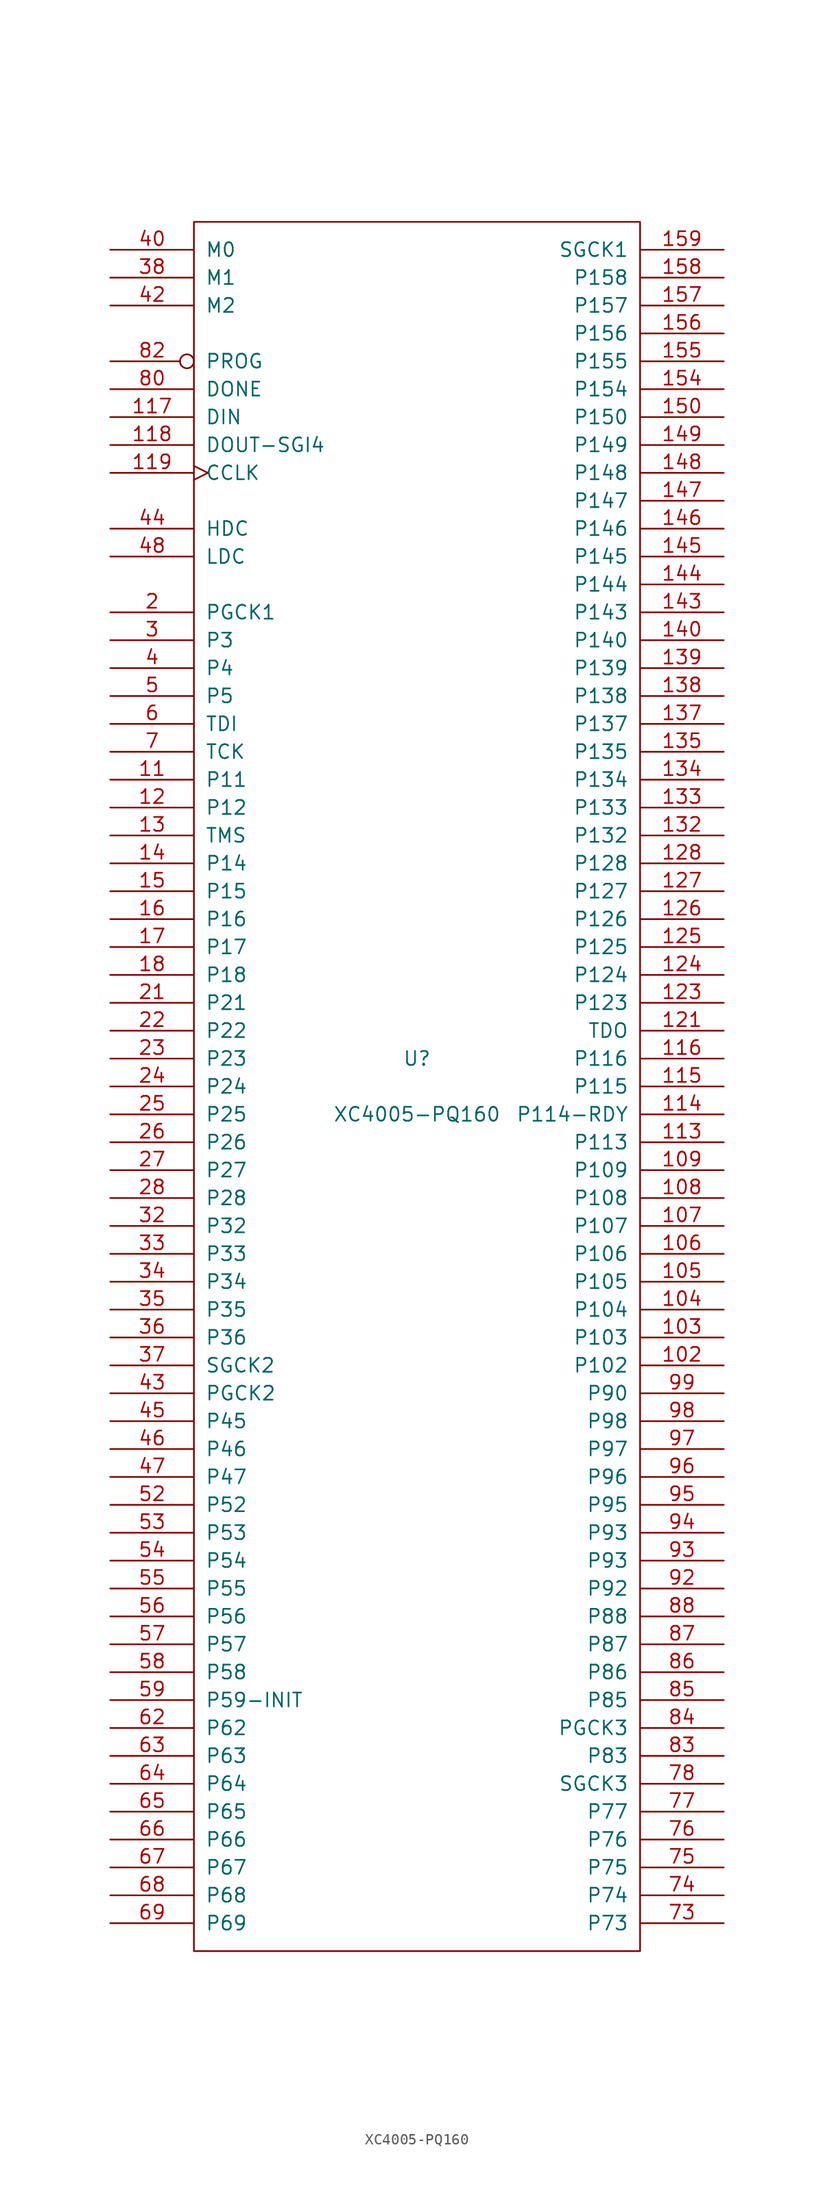
<source format=kicad_sym>
(kicad_symbol_lib
  (version 20201005)
  (generator kicad_symbol_editor)
  (symbol "XC4005-PQ160"
    (pin_names
      (offset 1.016))
    (property "Reference" "U"
      (at 0 2.54 0)
      (effects (font (size 1.27 1.27))))
    (property "Value" "XC4005-PQ160"
      (at 0 -2.54 0)
      (effects (font (size 1.27 1.27))))
    (symbol "XC4005-PQ160_0_1"
      (rectangle (start -20.32 -78.74) (end 20.32 78.74) (stroke (width 0)) (fill (type none))))
    (symbol "XC4005-PQ160_1_1"
      (pin power_in line (at -20.32 -78.74 90) (length 0) hide (name "GND" (effects (font (size 1.27 1.27)))) (number "1" (effects (font (size 1.27 1.27)))))
      (pin power_in line (at -17.78 -78.74 90) (length 0) hide (name "GND" (effects (font (size 1.27 1.27)))) (number "10" (effects (font (size 1.27 1.27)))))
      (pin power_in line (at 0 78.74 270) (length 0) hide (name "VCC" (effects (font (size 1.27 1.27)))) (number "100" (effects (font (size 1.27 1.27)))))
      (pin power_in line (at 5.08 -78.74 90) (length 0) hide (name "GND" (effects (font (size 1.27 1.27)))) (number "101" (effects (font (size 1.27 1.27)))))
      (pin passive line (at 27.94 -25.4 180) (length 7.62) (name "P102" (effects (font (size 1.27 1.27)))) (number "102" (effects (font (size 1.27 1.27)))))
      (pin passive line (at 27.94 -22.86 180) (length 7.62) (name "P103" (effects (font (size 1.27 1.27)))) (number "103" (effects (font (size 1.27 1.27)))))
      (pin passive line (at 27.94 -20.32 180) (length 7.62) (name "P104" (effects (font (size 1.27 1.27)))) (number "104" (effects (font (size 1.27 1.27)))))
      (pin passive line (at 27.94 -17.78 180) (length 7.62) (name "P105" (effects (font (size 1.27 1.27)))) (number "105" (effects (font (size 1.27 1.27)))))
      (pin passive line (at 27.94 -15.24 180) (length 7.62) (name "P106" (effects (font (size 1.27 1.27)))) (number "106" (effects (font (size 1.27 1.27)))))
      (pin passive line (at 27.94 -12.7 180) (length 7.62) (name "P107" (effects (font (size 1.27 1.27)))) (number "107" (effects (font (size 1.27 1.27)))))
      (pin passive line (at 27.94 -10.16 180) (length 7.62) (name "P108" (effects (font (size 1.27 1.27)))) (number "108" (effects (font (size 1.27 1.27)))))
      (pin passive line (at 27.94 -7.62 180) (length 7.62) (name "P109" (effects (font (size 1.27 1.27)))) (number "109" (effects (font (size 1.27 1.27)))))
      (pin passive line (at -27.94 27.94 0) (length 7.62) (name "P11" (effects (font (size 1.27 1.27)))) (number "11" (effects (font (size 1.27 1.27)))))
      (pin power_in line (at 7.62 -78.74 90) (length 0) hide (name "GND" (effects (font (size 1.27 1.27)))) (number "110" (effects (font (size 1.27 1.27)))))
      (pin passive line (at 27.94 -5.08 180) (length 7.62) (name "P113" (effects (font (size 1.27 1.27)))) (number "113" (effects (font (size 1.27 1.27)))))
      (pin passive line (at 27.94 -2.54 180) (length 7.62) (name "P114-RDY" (effects (font (size 1.27 1.27)))) (number "114" (effects (font (size 1.27 1.27)))))
      (pin passive line (at 27.94 0 180) (length 7.62) (name "P115" (effects (font (size 1.27 1.27)))) (number "115" (effects (font (size 1.27 1.27)))))
      (pin passive line (at 27.94 2.54 180) (length 7.62) (name "P116" (effects (font (size 1.27 1.27)))) (number "116" (effects (font (size 1.27 1.27)))))
      (pin input line (at -27.94 60.96 0) (length 7.62) (name "DIN" (effects (font (size 1.27 1.27)))) (number "117" (effects (font (size 1.27 1.27)))))
      (pin passive line (at -27.94 58.42 0) (length 7.62) (name "DOUT-SGI4" (effects (font (size 1.27 1.27)))) (number "118" (effects (font (size 1.27 1.27)))))
      (pin passive clock (at -27.94 55.88 0) (length 7.62) (name "CCLK" (effects (font (size 1.27 1.27)))) (number "119" (effects (font (size 1.27 1.27)))))
      (pin passive line (at -27.94 25.4 0) (length 7.62) (name "P12" (effects (font (size 1.27 1.27)))) (number "12" (effects (font (size 1.27 1.27)))))
      (pin power_in line (at 2.54 78.74 270) (length 0) hide (name "VCC" (effects (font (size 1.27 1.27)))) (number "120" (effects (font (size 1.27 1.27)))))
      (pin output line (at 27.94 5.08 180) (length 7.62) (name "TDO" (effects (font (size 1.27 1.27)))) (number "121" (effects (font (size 1.27 1.27)))))
      (pin power_in line (at 10.16 -78.74 90) (length 0) hide (name "GND" (effects (font (size 1.27 1.27)))) (number "122" (effects (font (size 1.27 1.27)))))
      (pin passive line (at 27.94 7.62 180) (length 7.62) (name "P123" (effects (font (size 1.27 1.27)))) (number "123" (effects (font (size 1.27 1.27)))))
      (pin passive line (at 27.94 10.16 180) (length 7.62) (name "P124" (effects (font (size 1.27 1.27)))) (number "124" (effects (font (size 1.27 1.27)))))
      (pin passive line (at 27.94 12.7 180) (length 7.62) (name "P125" (effects (font (size 1.27 1.27)))) (number "125" (effects (font (size 1.27 1.27)))))
      (pin passive line (at 27.94 15.24 180) (length 7.62) (name "P126" (effects (font (size 1.27 1.27)))) (number "126" (effects (font (size 1.27 1.27)))))
      (pin passive line (at 27.94 17.78 180) (length 7.62) (name "P127" (effects (font (size 1.27 1.27)))) (number "127" (effects (font (size 1.27 1.27)))))
      (pin passive line (at 27.94 20.32 180) (length 7.62) (name "P128" (effects (font (size 1.27 1.27)))) (number "128" (effects (font (size 1.27 1.27)))))
      (pin passive line (at -27.94 22.86 0) (length 7.62) (name "TMS" (effects (font (size 1.27 1.27)))) (number "13" (effects (font (size 1.27 1.27)))))
      (pin power_in line (at 12.7 -78.74 90) (length 0) hide (name "GND" (effects (font (size 1.27 1.27)))) (number "131" (effects (font (size 1.27 1.27)))))
      (pin passive line (at 27.94 22.86 180) (length 7.62) (name "P132" (effects (font (size 1.27 1.27)))) (number "132" (effects (font (size 1.27 1.27)))))
      (pin passive line (at 27.94 25.4 180) (length 7.62) (name "P133" (effects (font (size 1.27 1.27)))) (number "133" (effects (font (size 1.27 1.27)))))
      (pin passive line (at 27.94 27.94 180) (length 7.62) (name "P134" (effects (font (size 1.27 1.27)))) (number "134" (effects (font (size 1.27 1.27)))))
      (pin passive line (at 27.94 30.48 180) (length 7.62) (name "P135" (effects (font (size 1.27 1.27)))) (number "135" (effects (font (size 1.27 1.27)))))
      (pin passive line (at 27.94 33.02 180) (length 7.62) (name "P137" (effects (font (size 1.27 1.27)))) (number "137" (effects (font (size 1.27 1.27)))))
      (pin passive line (at 27.94 35.56 180) (length 7.62) (name "P138" (effects (font (size 1.27 1.27)))) (number "138" (effects (font (size 1.27 1.27)))))
      (pin passive line (at 27.94 38.1 180) (length 7.62) (name "P139" (effects (font (size 1.27 1.27)))) (number "139" (effects (font (size 1.27 1.27)))))
      (pin passive line (at -27.94 20.32 0) (length 7.62) (name "P14" (effects (font (size 1.27 1.27)))) (number "14" (effects (font (size 1.27 1.27)))))
      (pin passive line (at 27.94 40.64 180) (length 7.62) (name "P140" (effects (font (size 1.27 1.27)))) (number "140" (effects (font (size 1.27 1.27)))))
      (pin power_in line (at 15.24 -78.74 90) (length 0) hide (name "GND" (effects (font (size 1.27 1.27)))) (number "141" (effects (font (size 1.27 1.27)))))
      (pin power_in line (at 5.08 78.74 270) (length 0) hide (name "VCC" (effects (font (size 1.27 1.27)))) (number "142" (effects (font (size 1.27 1.27)))))
      (pin passive line (at 27.94 43.18 180) (length 7.62) (name "P143" (effects (font (size 1.27 1.27)))) (number "143" (effects (font (size 1.27 1.27)))))
      (pin passive line (at 27.94 45.72 180) (length 7.62) (name "P144" (effects (font (size 1.27 1.27)))) (number "144" (effects (font (size 1.27 1.27)))))
      (pin passive line (at 27.94 48.26 180) (length 7.62) (name "P145" (effects (font (size 1.27 1.27)))) (number "145" (effects (font (size 1.27 1.27)))))
      (pin passive line (at 27.94 50.8 180) (length 7.62) (name "P146" (effects (font (size 1.27 1.27)))) (number "146" (effects (font (size 1.27 1.27)))))
      (pin passive line (at 27.94 53.34 180) (length 7.62) (name "P147" (effects (font (size 1.27 1.27)))) (number "147" (effects (font (size 1.27 1.27)))))
      (pin passive line (at 27.94 55.88 180) (length 7.62) (name "P148" (effects (font (size 1.27 1.27)))) (number "148" (effects (font (size 1.27 1.27)))))
      (pin passive line (at 27.94 58.42 180) (length 7.62) (name "P149" (effects (font (size 1.27 1.27)))) (number "149" (effects (font (size 1.27 1.27)))))
      (pin passive line (at -27.94 17.78 0) (length 7.62) (name "P15" (effects (font (size 1.27 1.27)))) (number "15" (effects (font (size 1.27 1.27)))))
      (pin passive line (at 27.94 60.96 180) (length 7.62) (name "P150" (effects (font (size 1.27 1.27)))) (number "150" (effects (font (size 1.27 1.27)))))
      (pin power_in line (at 17.78 -78.74 90) (length 0) hide (name "GND" (effects (font (size 1.27 1.27)))) (number "151" (effects (font (size 1.27 1.27)))))
      (pin passive line (at 27.94 63.5 180) (length 7.62) (name "P154" (effects (font (size 1.27 1.27)))) (number "154" (effects (font (size 1.27 1.27)))))
      (pin passive line (at 27.94 66.04 180) (length 7.62) (name "P155" (effects (font (size 1.27 1.27)))) (number "155" (effects (font (size 1.27 1.27)))))
      (pin passive line (at 27.94 68.58 180) (length 7.62) (name "P156" (effects (font (size 1.27 1.27)))) (number "156" (effects (font (size 1.27 1.27)))))
      (pin passive line (at 27.94 71.12 180) (length 7.62) (name "P157" (effects (font (size 1.27 1.27)))) (number "157" (effects (font (size 1.27 1.27)))))
      (pin passive line (at 27.94 73.66 180) (length 7.62) (name "P158" (effects (font (size 1.27 1.27)))) (number "158" (effects (font (size 1.27 1.27)))))
      (pin passive line (at 27.94 76.2 180) (length 7.62) (name "SGCK1" (effects (font (size 1.27 1.27)))) (number "159" (effects (font (size 1.27 1.27)))))
      (pin passive line (at -27.94 15.24 0) (length 7.62) (name "P16" (effects (font (size 1.27 1.27)))) (number "16" (effects (font (size 1.27 1.27)))))
      (pin power_in line (at 7.62 78.74 270) (length 0) hide (name "VCC" (effects (font (size 1.27 1.27)))) (number "160" (effects (font (size 1.27 1.27)))))
      (pin passive line (at -27.94 12.7 0) (length 7.62) (name "P17" (effects (font (size 1.27 1.27)))) (number "17" (effects (font (size 1.27 1.27)))))
      (pin passive line (at -27.94 10.16 0) (length 7.62) (name "P18" (effects (font (size 1.27 1.27)))) (number "18" (effects (font (size 1.27 1.27)))))
      (pin power_in line (at -15.24 -78.74 90) (length 0) hide (name "GND" (effects (font (size 1.27 1.27)))) (number "19" (effects (font (size 1.27 1.27)))))
      (pin bidirectional line (at -27.94 43.18 0) (length 7.62) (name "PGCK1" (effects (font (size 1.27 1.27)))) (number "2" (effects (font (size 1.27 1.27)))))
      (pin power_in line (at -5.08 78.74 270) (length 0) hide (name "VCC" (effects (font (size 1.27 1.27)))) (number "20" (effects (font (size 1.27 1.27)))))
      (pin passive line (at -27.94 7.62 0) (length 7.62) (name "P21" (effects (font (size 1.27 1.27)))) (number "21" (effects (font (size 1.27 1.27)))))
      (pin passive line (at -27.94 5.08 0) (length 7.62) (name "P22" (effects (font (size 1.27 1.27)))) (number "22" (effects (font (size 1.27 1.27)))))
      (pin passive line (at -27.94 2.54 0) (length 7.62) (name "P23" (effects (font (size 1.27 1.27)))) (number "23" (effects (font (size 1.27 1.27)))))
      (pin passive line (at -27.94 0 0) (length 7.62) (name "P24" (effects (font (size 1.27 1.27)))) (number "24" (effects (font (size 1.27 1.27)))))
      (pin passive line (at -27.94 -2.54 0) (length 7.62) (name "P25" (effects (font (size 1.27 1.27)))) (number "25" (effects (font (size 1.27 1.27)))))
      (pin passive line (at -27.94 -5.08 0) (length 7.62) (name "P26" (effects (font (size 1.27 1.27)))) (number "26" (effects (font (size 1.27 1.27)))))
      (pin passive line (at -27.94 -7.62 0) (length 7.62) (name "P27" (effects (font (size 1.27 1.27)))) (number "27" (effects (font (size 1.27 1.27)))))
      (pin passive line (at -27.94 -10.16 0) (length 7.62) (name "P28" (effects (font (size 1.27 1.27)))) (number "28" (effects (font (size 1.27 1.27)))))
      (pin power_in line (at -12.7 -78.74 90) (length 0) hide (name "GND" (effects (font (size 1.27 1.27)))) (number "29" (effects (font (size 1.27 1.27)))))
      (pin passive line (at -27.94 40.64 0) (length 7.62) (name "P3" (effects (font (size 1.27 1.27)))) (number "3" (effects (font (size 1.27 1.27)))))
      (pin passive line (at -27.94 -12.7 0) (length 7.62) (name "P32" (effects (font (size 1.27 1.27)))) (number "32" (effects (font (size 1.27 1.27)))))
      (pin passive line (at -27.94 -15.24 0) (length 7.62) (name "P33" (effects (font (size 1.27 1.27)))) (number "33" (effects (font (size 1.27 1.27)))))
      (pin passive line (at -27.94 -17.78 0) (length 7.62) (name "P34" (effects (font (size 1.27 1.27)))) (number "34" (effects (font (size 1.27 1.27)))))
      (pin passive line (at -27.94 -20.32 0) (length 7.62) (name "P35" (effects (font (size 1.27 1.27)))) (number "35" (effects (font (size 1.27 1.27)))))
      (pin passive line (at -27.94 -22.86 0) (length 7.62) (name "P36" (effects (font (size 1.27 1.27)))) (number "36" (effects (font (size 1.27 1.27)))))
      (pin passive line (at -27.94 -25.4 0) (length 7.62) (name "SGCK2" (effects (font (size 1.27 1.27)))) (number "37" (effects (font (size 1.27 1.27)))))
      (pin input line (at -27.94 73.66 0) (length 7.62) (name "M1" (effects (font (size 1.27 1.27)))) (number "38" (effects (font (size 1.27 1.27)))))
      (pin power_in line (at -10.16 -78.74 90) (length 0) hide (name "GND" (effects (font (size 1.27 1.27)))) (number "39" (effects (font (size 1.27 1.27)))))
      (pin passive line (at -27.94 38.1 0) (length 7.62) (name "P4" (effects (font (size 1.27 1.27)))) (number "4" (effects (font (size 1.27 1.27)))))
      (pin input line (at -27.94 76.2 0) (length 7.62) (name "M0" (effects (font (size 1.27 1.27)))) (number "40" (effects (font (size 1.27 1.27)))))
      (pin power_in line (at -10.16 78.74 270) (length 0) hide (name "VCC" (effects (font (size 1.27 1.27)))) (number "41" (effects (font (size 1.27 1.27)))))
      (pin input line (at -27.94 71.12 0) (length 7.62) (name "M2" (effects (font (size 1.27 1.27)))) (number "42" (effects (font (size 1.27 1.27)))))
      (pin passive line (at -27.94 -27.94 0) (length 7.62) (name "PGCK2" (effects (font (size 1.27 1.27)))) (number "43" (effects (font (size 1.27 1.27)))))
      (pin passive line (at -27.94 50.8 0) (length 7.62) (name "HDC" (effects (font (size 1.27 1.27)))) (number "44" (effects (font (size 1.27 1.27)))))
      (pin passive line (at -27.94 -30.48 0) (length 7.62) (name "P45" (effects (font (size 1.27 1.27)))) (number "45" (effects (font (size 1.27 1.27)))))
      (pin passive line (at -27.94 -33.02 0) (length 7.62) (name "P46" (effects (font (size 1.27 1.27)))) (number "46" (effects (font (size 1.27 1.27)))))
      (pin passive line (at -27.94 -35.56 0) (length 7.62) (name "P47" (effects (font (size 1.27 1.27)))) (number "47" (effects (font (size 1.27 1.27)))))
      (pin passive line (at -27.94 48.26 0) (length 7.62) (name "LDC" (effects (font (size 1.27 1.27)))) (number "48" (effects (font (size 1.27 1.27)))))
      (pin passive line (at -27.94 35.56 0) (length 7.62) (name "P5" (effects (font (size 1.27 1.27)))) (number "5" (effects (font (size 1.27 1.27)))))
      (pin power_in line (at -7.62 -78.74 90) (length 0) hide (name "GND" (effects (font (size 1.27 1.27)))) (number "51" (effects (font (size 1.27 1.27)))))
      (pin passive line (at -27.94 -38.1 0) (length 7.62) (name "P52" (effects (font (size 1.27 1.27)))) (number "52" (effects (font (size 1.27 1.27)))))
      (pin passive line (at -27.94 -40.64 0) (length 7.62) (name "P53" (effects (font (size 1.27 1.27)))) (number "53" (effects (font (size 1.27 1.27)))))
      (pin passive line (at -27.94 -43.18 0) (length 7.62) (name "P54" (effects (font (size 1.27 1.27)))) (number "54" (effects (font (size 1.27 1.27)))))
      (pin passive line (at -27.94 -45.72 0) (length 7.62) (name "P55" (effects (font (size 1.27 1.27)))) (number "55" (effects (font (size 1.27 1.27)))))
      (pin passive line (at -27.94 -48.26 0) (length 7.62) (name "P56" (effects (font (size 1.27 1.27)))) (number "56" (effects (font (size 1.27 1.27)))))
      (pin passive line (at -27.94 -50.8 0) (length 7.62) (name "P57" (effects (font (size 1.27 1.27)))) (number "57" (effects (font (size 1.27 1.27)))))
      (pin passive line (at -27.94 -53.34 0) (length 7.62) (name "P58" (effects (font (size 1.27 1.27)))) (number "58" (effects (font (size 1.27 1.27)))))
      (pin passive line (at -27.94 -55.88 0) (length 7.62) (name "P59-INIT" (effects (font (size 1.27 1.27)))) (number "59" (effects (font (size 1.27 1.27)))))
      (pin passive line (at -27.94 33.02 0) (length 7.62) (name "TDI" (effects (font (size 1.27 1.27)))) (number "6" (effects (font (size 1.27 1.27)))))
      (pin power_in line (at -7.62 78.74 270) (length 0) hide (name "VCC" (effects (font (size 1.27 1.27)))) (number "60" (effects (font (size 1.27 1.27)))))
      (pin power_in line (at -5.08 -78.74 90) (length 0) hide (name "GND" (effects (font (size 1.27 1.27)))) (number "61" (effects (font (size 1.27 1.27)))))
      (pin passive line (at -27.94 -58.42 0) (length 7.62) (name "P62" (effects (font (size 1.27 1.27)))) (number "62" (effects (font (size 1.27 1.27)))))
      (pin passive line (at -27.94 -60.96 0) (length 7.62) (name "P63" (effects (font (size 1.27 1.27)))) (number "63" (effects (font (size 1.27 1.27)))))
      (pin passive line (at -27.94 -63.5 0) (length 7.62) (name "P64" (effects (font (size 1.27 1.27)))) (number "64" (effects (font (size 1.27 1.27)))))
      (pin passive line (at -27.94 -66.04 0) (length 7.62) (name "P65" (effects (font (size 1.27 1.27)))) (number "65" (effects (font (size 1.27 1.27)))))
      (pin passive line (at -27.94 -68.58 0) (length 7.62) (name "P66" (effects (font (size 1.27 1.27)))) (number "66" (effects (font (size 1.27 1.27)))))
      (pin passive line (at -27.94 -71.12 0) (length 7.62) (name "P67" (effects (font (size 1.27 1.27)))) (number "67" (effects (font (size 1.27 1.27)))))
      (pin bidirectional line (at -27.94 -73.66 0) (length 7.62) (name "P68" (effects (font (size 1.27 1.27)))) (number "68" (effects (font (size 1.27 1.27)))))
      (pin passive line (at -27.94 -76.2 0) (length 7.62) (name "P69" (effects (font (size 1.27 1.27)))) (number "69" (effects (font (size 1.27 1.27)))))
      (pin passive line (at -27.94 30.48 0) (length 7.62) (name "TCK" (effects (font (size 1.27 1.27)))) (number "7" (effects (font (size 1.27 1.27)))))
      (pin power_in line (at -2.54 -78.74 90) (length 0) hide (name "GND" (effects (font (size 1.27 1.27)))) (number "70" (effects (font (size 1.27 1.27)))))
      (pin passive line (at 27.94 -76.2 180) (length 7.62) (name "P73" (effects (font (size 1.27 1.27)))) (number "73" (effects (font (size 1.27 1.27)))))
      (pin passive line (at 27.94 -73.66 180) (length 7.62) (name "P74" (effects (font (size 1.27 1.27)))) (number "74" (effects (font (size 1.27 1.27)))))
      (pin passive line (at 27.94 -71.12 180) (length 7.62) (name "P75" (effects (font (size 1.27 1.27)))) (number "75" (effects (font (size 1.27 1.27)))))
      (pin passive line (at 27.94 -68.58 180) (length 7.62) (name "P76" (effects (font (size 1.27 1.27)))) (number "76" (effects (font (size 1.27 1.27)))))
      (pin passive line (at 27.94 -66.04 180) (length 7.62) (name "P77" (effects (font (size 1.27 1.27)))) (number "77" (effects (font (size 1.27 1.27)))))
      (pin passive line (at 27.94 -63.5 180) (length 7.62) (name "SGCK3" (effects (font (size 1.27 1.27)))) (number "78" (effects (font (size 1.27 1.27)))))
      (pin power_in line (at 0 -78.74 90) (length 0) hide (name "GND" (effects (font (size 1.27 1.27)))) (number "79" (effects (font (size 1.27 1.27)))))
      (pin bidirectional line (at -27.94 63.5 0) (length 7.62) (name "DONE" (effects (font (size 1.27 1.27)))) (number "80" (effects (font (size 1.27 1.27)))))
      (pin power_in line (at -2.54 78.74 270) (length 0) hide (name "VCC" (effects (font (size 1.27 1.27)))) (number "81" (effects (font (size 1.27 1.27)))))
      (pin input inverted (at -27.94 66.04 0) (length 7.62) (name "PROG" (effects (font (size 1.27 1.27)))) (number "82" (effects (font (size 1.27 1.27)))))
      (pin passive line (at 27.94 -60.96 180) (length 7.62) (name "P83" (effects (font (size 1.27 1.27)))) (number "83" (effects (font (size 1.27 1.27)))))
      (pin passive line (at 27.94 -58.42 180) (length 7.62) (name "PGCK3" (effects (font (size 1.27 1.27)))) (number "84" (effects (font (size 1.27 1.27)))))
      (pin passive line (at 27.94 -55.88 180) (length 7.62) (name "P85" (effects (font (size 1.27 1.27)))) (number "85" (effects (font (size 1.27 1.27)))))
      (pin passive line (at 27.94 -53.34 180) (length 7.62) (name "P86" (effects (font (size 1.27 1.27)))) (number "86" (effects (font (size 1.27 1.27)))))
      (pin passive line (at 27.94 -50.8 180) (length 7.62) (name "P87" (effects (font (size 1.27 1.27)))) (number "87" (effects (font (size 1.27 1.27)))))
      (pin passive line (at 27.94 -48.26 180) (length 7.62) (name "P88" (effects (font (size 1.27 1.27)))) (number "88" (effects (font (size 1.27 1.27)))))
      (pin power_in line (at 2.54 -78.74 90) (length 0) hide (name "GND" (effects (font (size 1.27 1.27)))) (number "91" (effects (font (size 1.27 1.27)))))
      (pin passive line (at 27.94 -45.72 180) (length 7.62) (name "P92" (effects (font (size 1.27 1.27)))) (number "92" (effects (font (size 1.27 1.27)))))
      (pin passive line (at 27.94 -43.18 180) (length 7.62) (name "P93" (effects (font (size 1.27 1.27)))) (number "93" (effects (font (size 1.27 1.27)))))
      (pin passive line (at 27.94 -40.64 180) (length 7.62) (name "P93" (effects (font (size 1.27 1.27)))) (number "94" (effects (font (size 1.27 1.27)))))
      (pin passive line (at 27.94 -38.1 180) (length 7.62) (name "P95" (effects (font (size 1.27 1.27)))) (number "95" (effects (font (size 1.27 1.27)))))
      (pin passive line (at 27.94 -35.56 180) (length 7.62) (name "P96" (effects (font (size 1.27 1.27)))) (number "96" (effects (font (size 1.27 1.27)))))
      (pin passive line (at 27.94 -33.02 180) (length 7.62) (name "P97" (effects (font (size 1.27 1.27)))) (number "97" (effects (font (size 1.27 1.27)))))
      (pin passive line (at 27.94 -30.48 180) (length 7.62) (name "P98" (effects (font (size 1.27 1.27)))) (number "98" (effects (font (size 1.27 1.27)))))
      (pin passive line (at 27.94 -27.94 180) (length 7.62) (name "P90" (effects (font (size 1.27 1.27)))) (number "99" (effects (font (size 1.27 1.27))))))))
</source>
